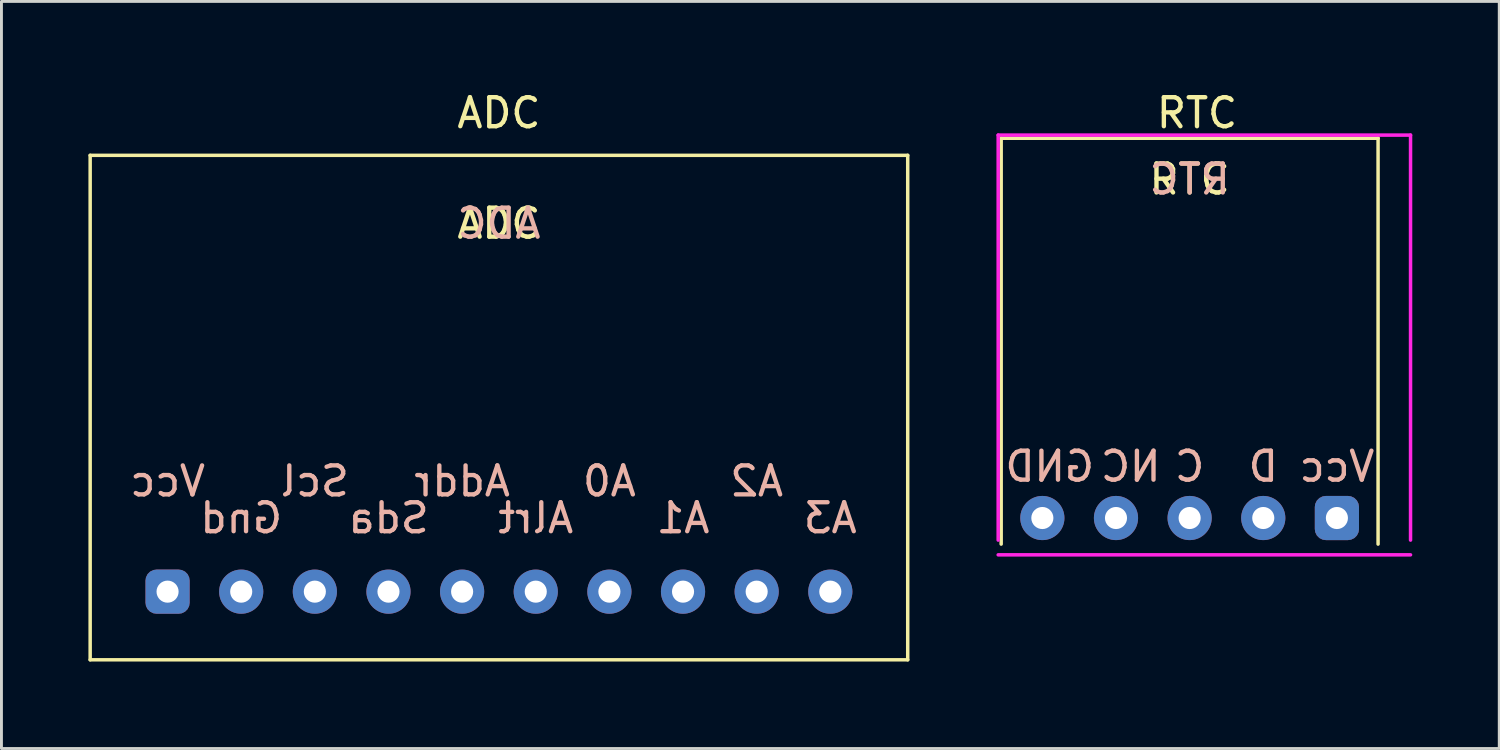
<source format=kicad_pcb>
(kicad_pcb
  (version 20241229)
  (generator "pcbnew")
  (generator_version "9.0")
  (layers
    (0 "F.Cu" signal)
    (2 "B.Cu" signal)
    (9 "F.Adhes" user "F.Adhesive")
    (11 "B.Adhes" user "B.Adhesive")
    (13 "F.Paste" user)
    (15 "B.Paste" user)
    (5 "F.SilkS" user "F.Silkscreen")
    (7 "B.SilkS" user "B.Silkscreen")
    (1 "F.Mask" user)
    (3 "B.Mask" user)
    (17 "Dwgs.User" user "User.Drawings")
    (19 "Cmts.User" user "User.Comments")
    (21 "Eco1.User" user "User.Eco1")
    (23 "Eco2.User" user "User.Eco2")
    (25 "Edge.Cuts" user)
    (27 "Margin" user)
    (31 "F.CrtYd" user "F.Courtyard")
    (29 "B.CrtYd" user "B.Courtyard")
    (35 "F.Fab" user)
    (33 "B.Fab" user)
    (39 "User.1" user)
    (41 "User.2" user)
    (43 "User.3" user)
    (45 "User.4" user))
  (footprint "ADC"
    (layer "F.Cu")
    (at 14.16 11.008)
    (property "Reference" "ADC" (at 0 -10.16 0) (layer "F.SilkS") (effects (font (size 1 1) (thickness 0.15))))
    (attr through_hole)
    (fp_line (start -14.1 -8.7) (end -14.1 8.7) (stroke (width 0.12) (type solid)) (layer "F.SilkS"))
    (fp_line (start -14.1 -8.7) (end 14.1 -8.7) (stroke (width 0.12) (type solid)) (layer "F.SilkS"))
    (fp_line (start 14.1 -8.7) (end 14.1 8.7) (stroke (width 0.12) (type solid)) (layer "F.SilkS"))
    (fp_line (start 14.1 8.7) (end -14.1 8.7) (stroke (width 0.12) (type solid)) (layer "F.SilkS"))
    (fp_text user "ADC" (at 0 -6.35 0) (layer "F.SilkS") (effects (font (size 1 1) (thickness 0.15))))
    (fp_text user "Alrt" (at 1.27 3.81 0) (layer "B.SilkS") (effects (font (size 1 1) (thickness 0.15)) (justify mirror)))
    (fp_text user "Scl" (at -6.35 2.54 0) (layer "B.SilkS") (effects (font (size 1 1) (thickness 0.15)) (justify mirror)))
    (fp_text user "A2" (at 8.89 2.54 0) (layer "B.SilkS") (effects (font (size 1 1) (thickness 0.15)) (justify mirror)))
    (fp_text user "A3" (at 11.43 3.81 0) (layer "B.SilkS") (effects (font (size 1 1) (thickness 0.15)) (justify mirror)))
    (fp_text user "Vcc" (at -11.43 2.54 0) (layer "B.SilkS") (effects (font (size 1 1) (thickness 0.15)) (justify mirror)))
    (fp_text user "Gnd" (at -8.89 3.81 0) (layer "B.SilkS") (effects (font (size 1 1) (thickness 0.15)) (justify mirror)))
    (fp_text user "ADC" (at 0 -6.35 0) (layer "B.SilkS") (effects (font (size 1 1) (thickness 0.15)) (justify mirror)))
    (fp_text user "A0" (at 3.81 2.54 0) (layer "B.SilkS") (effects (font (size 1 1) (thickness 0.15)) (justify mirror)))
    (fp_text user "Addr" (at -1.27 2.54 0) (layer "B.SilkS") (effects (font (size 1 1) (thickness 0.15)) (justify mirror)))
    (fp_text user "Sda" (at -3.81 3.81 0) (layer "B.SilkS") (effects (font (size 1 1) (thickness 0.15)) (justify mirror)))
    (fp_text user "A1" (at 6.35 3.81 0) (layer "B.SilkS") (effects (font (size 1 1) (thickness 0.15)) (justify mirror)))
    (pad "1" thru_hole roundrect (at -11.43 6.35) (size 1.524 1.524) (drill 0.762) (layers "*.Cu" "*.Mask") (roundrect_rratio 0.25))
    (pad "2" thru_hole circle (at -8.89 6.35) (size 1.524 1.524) (drill 0.762) (layers "*.Cu" "*.Mask"))
    (pad "3" thru_hole circle (at -6.35 6.35) (size 1.524 1.524) (drill 0.762) (layers "*.Cu" "*.Mask"))
    (pad "4" thru_hole circle (at -3.81 6.35) (size 1.524 1.524) (drill 0.762) (layers "*.Cu" "*.Mask"))
    (pad "5" thru_hole circle (at -1.27 6.35) (size 1.524 1.524) (drill 0.762) (layers "*.Cu" "*.Mask"))
    (pad "6" thru_hole circle (at 1.27 6.35) (size 1.524 1.524) (drill 0.762) (layers "*.Cu" "*.Mask"))
    (pad "7" thru_hole circle (at 3.81 6.35) (size 1.524 1.524) (drill 0.762) (layers "*.Cu" "*.Mask"))
    (pad "8" thru_hole circle (at 6.35 6.35) (size 1.524 1.524) (drill 0.762) (layers "*.Cu" "*.Mask"))
    (pad "9" thru_hole circle (at 8.89 6.35) (size 1.524 1.524) (drill 0.762) (layers "*.Cu" "*.Mask"))
    (pad "10" thru_hole circle (at 11.43 6.35) (size 1.524 1.524) (drill 0.762) (layers "*.Cu" "*.Mask")))
  (footprint "RTC"
    (layer "F.Cu")
    (at 37.984 8.468)
    (property "Reference" "RTC" (at 0.254 -7.62 0) (layer "F.SilkS") (effects (font (size 1 1) (thickness 0.15))))
    (attr through_hole)
    (fp_line (start -6.5 -6.75) (end -6.5 7.25) (stroke (width 0.12) (type solid)) (layer "F.SilkS"))
    (fp_line (start -6.5 -6.75) (end 6.5 -6.75) (stroke (width 0.12) (type solid)) (layer "F.SilkS"))
    (fp_line (start 6.5 7.25) (end 6.5 -6.75) (stroke (width 0.12) (type solid)) (layer "F.SilkS"))
    (fp_line (start -6.604 -6.858) (end -6.604 7.112) (stroke (width 0.12) (type solid)) (layer "F.CrtYd"))
    (fp_line (start -6.604 7.62) (end 7.62 7.62) (stroke (width 0.12) (type solid)) (layer "F.CrtYd"))
    (fp_line (start 7.62 -6.858) (end -6.604 -6.858) (stroke (width 0.12) (type solid)) (layer "F.CrtYd"))
    (fp_line (start 7.62 7.112) (end 7.62 -6.858) (stroke (width 0.12) (type solid)) (layer "F.CrtYd"))
    (fp_text user "RTC" (at 0 -5.334 0) (layer "F.SilkS") (effects (font (size 1 1) (thickness 0.15))))
    (fp_text user "RTC" (at 0 -5.334 0) (layer "B.SilkS") (effects (font (size 1 1) (thickness 0.15)) (justify mirror)))
    (fp_text user "C" (at 0 4.572 0) (layer "B.SilkS") (effects (font (size 1 1) (thickness 0.15)) (justify mirror)))
    (fp_text user "NC" (at -2.032 4.572 0) (layer "B.SilkS") (effects (font (size 1 1) (thickness 0.15)) (justify mirror)))
    (fp_text user "D" (at 2.54 4.572 0) (layer "B.SilkS") (effects (font (size 1 1) (thickness 0.15)) (justify mirror)))
    (fp_text user "Vcc" (at 5.08 4.572 0) (layer "B.SilkS") (effects (font (size 1 1) (thickness 0.15)) (justify mirror)))
    (fp_text user "GND" (at -4.826 4.572 0) (layer "B.SilkS") (effects (font (size 1 1) (thickness 0.15)) (justify mirror)))
    (pad "1" thru_hole circle (at -5.08 6.35) (size 1.524 1.524) (drill 0.762) (layers "*.Cu" "*.Mask"))
    (pad "2" thru_hole circle (at -2.54 6.35) (size 1.524 1.524) (drill 0.762) (layers "*.Cu" "*.Mask"))
    (pad "3" thru_hole circle (at 0 6.35) (size 1.524 1.524) (drill 0.762) (layers "*.Cu" "*.Mask"))
    (pad "4" thru_hole circle (at 2.54 6.35) (size 1.524 1.524) (drill 0.762) (layers "*.Cu" "*.Mask"))
    (pad "5" thru_hole roundrect (at 5.08 6.35) (size 1.524 1.524) (drill 0.762) (layers "*.Cu" "*.Mask") (roundrect_rratio 0.25)))
  (gr_rect
    (start -3 -3)
    (end 48.664 22.768)
    (stroke (width 0.1) (type default))
    (fill no)
    (layer "Edge.Cuts")))
</source>
